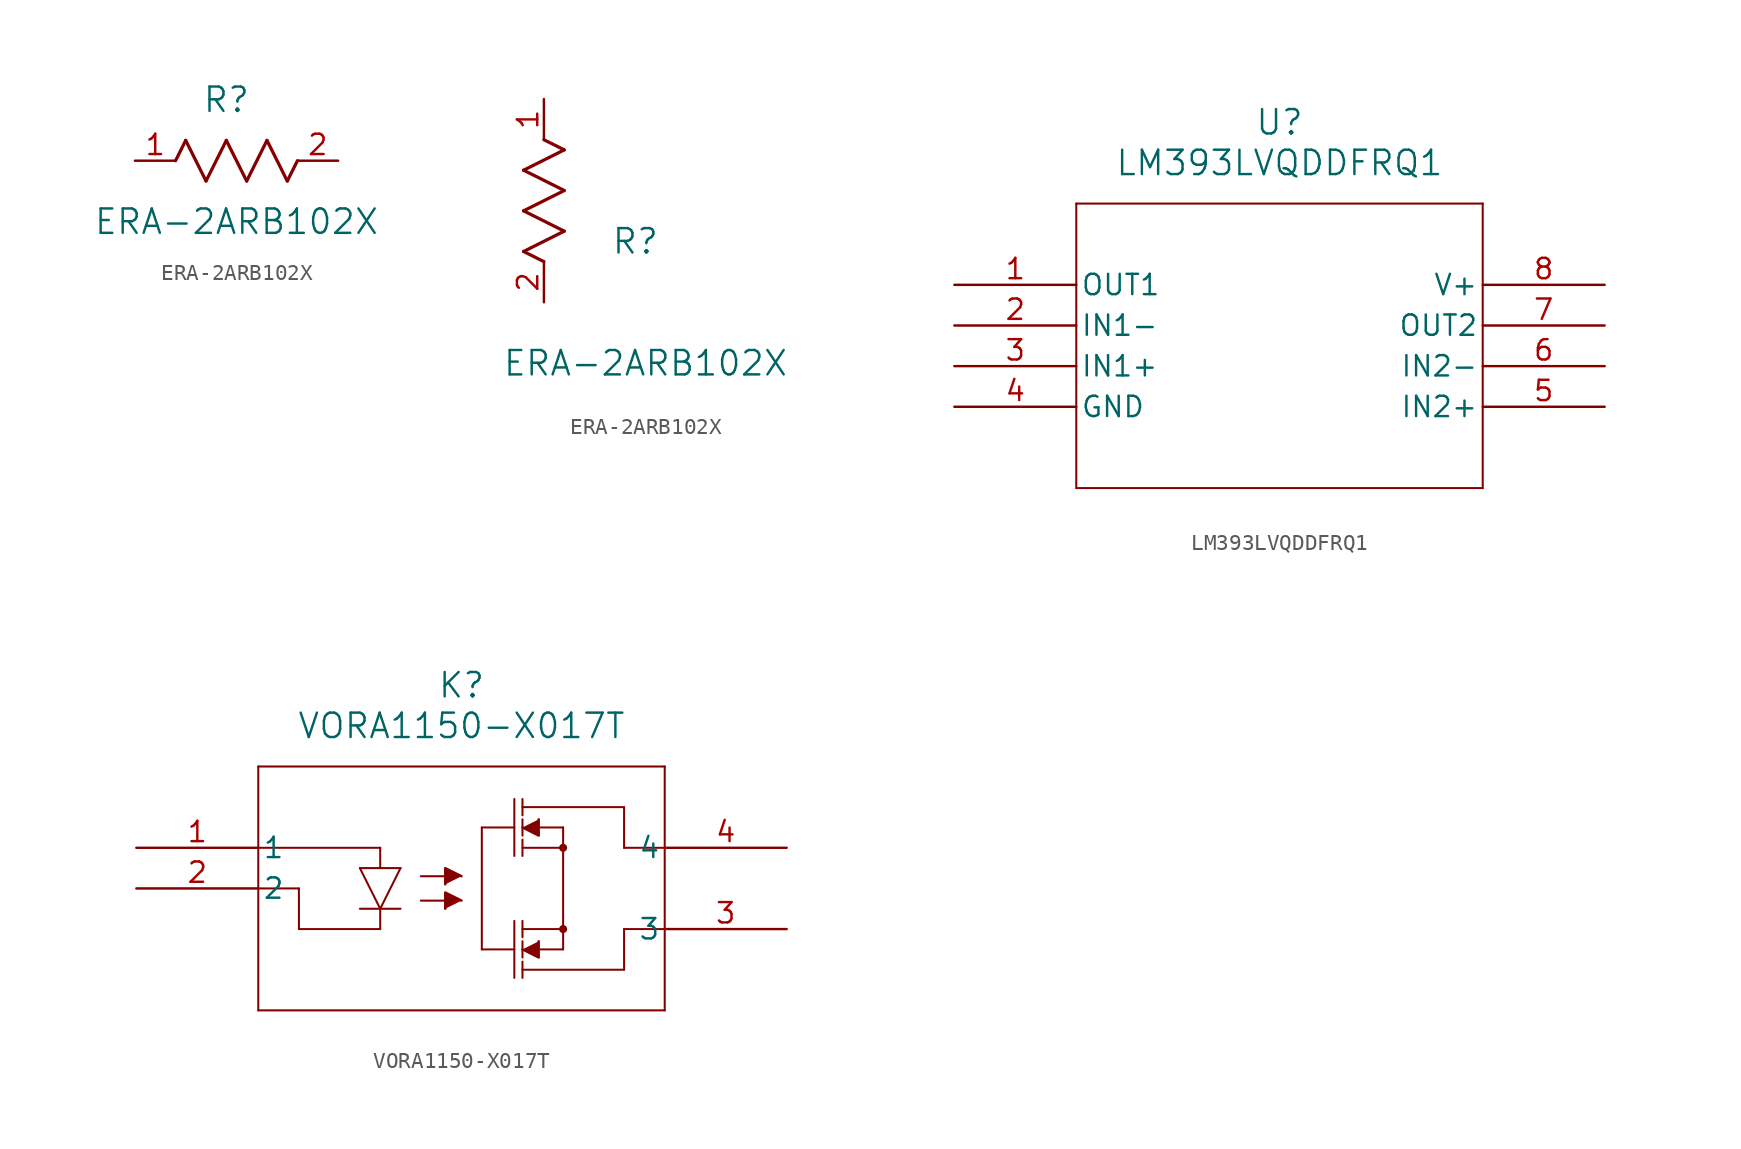
<source format=kicad_sym>
(kicad_symbol_lib
  (version 20241209)
  (generator "kicad_symbol_editor")
  (generator_version "9.0")
  (symbol "ERA-2ARB102X"
    (pin_names
      (offset 0.254))
    (property "Reference" "R"
      (at 5.715 3.81 0)
      (effects (font (size 1.524 1.524))))
    (property "Value" "ERA-2ARB102X"
      (at 6.35 -3.81 0)
      (effects (font (size 1.524 1.524))))
    (property "ki_locked" ""
      (at 0 0 0)
      (effects (font (size 1.27 1.27))))
    (symbol "ERA-2ARB102X_1_1"
      (polyline (pts (xy 2.54 0) (xy 3.175 1.27)) (stroke (width 0.203) (type default)) (fill (type none)))
      (polyline (pts (xy 3.175 1.27) (xy 4.445 -1.27)) (stroke (width 0.203) (type default)) (fill (type none)))
      (polyline (pts (xy 4.445 -1.27) (xy 5.715 1.27)) (stroke (width 0.203) (type default)) (fill (type none)))
      (polyline (pts (xy 5.715 1.27) (xy 6.985 -1.27)) (stroke (width 0.203) (type default)) (fill (type none)))
      (polyline (pts (xy 6.985 -1.27) (xy 8.255 1.27)) (stroke (width 0.203) (type default)) (fill (type none)))
      (polyline (pts (xy 8.255 1.27) (xy 9.525 -1.27)) (stroke (width 0.203) (type default)) (fill (type none)))
      (polyline (pts (xy 9.525 -1.27) (xy 10.16 0)) (stroke (width 0.203) (type default)) (fill (type none)))
      (pin unspecified line (at 0 0 0) (length 2.54) (name "" (effects (font (size 1.27 1.27)))) (number "1" (effects (font (size 1.27 1.27)))))
      (pin unspecified line (at 12.7 0 180) (length 2.54) (name "" (effects (font (size 1.27 1.27)))) (number "2" (effects (font (size 1.27 1.27))))))
    (symbol "ERA-2ARB102X_1_2"
      (polyline (pts (xy -1.27 8.255) (xy 1.27 9.525)) (stroke (width 0.203) (type default)) (fill (type none)))
      (polyline (pts (xy -1.27 5.715) (xy 1.27 6.985)) (stroke (width 0.203) (type default)) (fill (type none)))
      (polyline (pts (xy -1.27 3.175) (xy 1.27 4.445)) (stroke (width 0.203) (type default)) (fill (type none)))
      (polyline (pts (xy 0 2.54) (xy -1.27 3.175)) (stroke (width 0.203) (type default)) (fill (type none)))
      (polyline (pts (xy 1.27 9.525) (xy 0 10.16)) (stroke (width 0.203) (type default)) (fill (type none)))
      (polyline (pts (xy 1.27 6.985) (xy -1.27 8.255)) (stroke (width 0.203) (type default)) (fill (type none)))
      (polyline (pts (xy 1.27 4.445) (xy -1.27 5.715)) (stroke (width 0.203) (type default)) (fill (type none)))
      (pin unspecified line (at 0 12.7 270) (length 2.54) (name "" (effects (font (size 1.27 1.27)))) (number "1" (effects (font (size 1.27 1.27)))))
      (pin unspecified line (at 0 0 90) (length 2.54) (name "" (effects (font (size 1.27 1.27)))) (number "2" (effects (font (size 1.27 1.27)))))))
  (symbol "LM393LVQDDFRQ1"
    (pin_names
      (offset 0.254))
    (property "Reference" "U"
      (at 20.32 10.16 0)
      (effects (font (size 1.524 1.524))))
    (property "Value" "LM393LVQDDFRQ1"
      (at 20.32 7.62 0)
      (effects (font (size 1.524 1.524))))
    (property "ki_locked" ""
      (at 0 0 0)
      (effects (font (size 1.27 1.27))))
    (symbol "LM393LVQDDFRQ1_0_1"
      (polyline (pts (xy 7.62 5.08) (xy 7.62 -12.7)) (stroke (width 0.127) (type default)) (fill (type none)))
      (polyline (pts (xy 7.62 -12.7) (xy 33.02 -12.7)) (stroke (width 0.127) (type default)) (fill (type none)))
      (polyline (pts (xy 33.02 5.08) (xy 7.62 5.08)) (stroke (width 0.127) (type default)) (fill (type none)))
      (polyline (pts (xy 33.02 -12.7) (xy 33.02 5.08)) (stroke (width 0.127) (type default)) (fill (type none)))
      (pin output line (at 0 0 0) (length 7.62) (name "OUT1" (effects (font (size 1.27 1.27)))) (number "1" (effects (font (size 1.27 1.27)))))
      (pin input line (at 0 -2.54 0) (length 7.62) (name "IN1-" (effects (font (size 1.27 1.27)))) (number "2" (effects (font (size 1.27 1.27)))))
      (pin input line (at 0 -5.08 0) (length 7.62) (name "IN1+" (effects (font (size 1.27 1.27)))) (number "3" (effects (font (size 1.27 1.27)))))
      (pin power_out line (at 0 -7.62 0) (length 7.62) (name "GND" (effects (font (size 1.27 1.27)))) (number "4" (effects (font (size 1.27 1.27)))))
      (pin power_in line (at 40.64 0 180) (length 7.62) (name "V+" (effects (font (size 1.27 1.27)))) (number "8" (effects (font (size 1.27 1.27)))))
      (pin output line (at 40.64 -2.54 180) (length 7.62) (name "OUT2" (effects (font (size 1.27 1.27)))) (number "7" (effects (font (size 1.27 1.27)))))
      (pin input line (at 40.64 -5.08 180) (length 7.62) (name "IN2-" (effects (font (size 1.27 1.27)))) (number "6" (effects (font (size 1.27 1.27)))))
      (pin input line (at 40.64 -7.62 180) (length 7.62) (name "IN2+" (effects (font (size 1.27 1.27)))) (number "5" (effects (font (size 1.27 1.27)))))))
  (symbol "VORA1150-X017T"
    (pin_names
      (offset 0.254))
    (property "Reference" "K"
      (at 20.32 10.16 0)
      (effects (font (size 1.524 1.524))))
    (property "Value" "VORA1150-X017T"
      (at 20.32 7.62 0)
      (effects (font (size 1.524 1.524))))
    (property "ki_locked" ""
      (at 0 0 0)
      (effects (font (size 1.27 1.27))))
    (symbol "VORA1150-X017T_0_1"
      (polyline (pts (xy 7.62 5.08) (xy 7.62 -10.16)) (stroke (width 0.127) (type default)) (fill (type none)))
      (polyline (pts (xy 7.62 0) (xy 15.24 0)) (stroke (width 0.127) (type default)) (fill (type none)))
      (polyline (pts (xy 7.62 -2.54) (xy 10.16 -2.54)) (stroke (width 0.127) (type default)) (fill (type none)))
      (polyline (pts (xy 7.62 -10.16) (xy 33.02 -10.16)) (stroke (width 0.127) (type default)) (fill (type none)))
      (polyline (pts (xy 10.16 -2.54) (xy 10.16 -5.08)) (stroke (width 0.127) (type default)) (fill (type none)))
      (polyline (pts (xy 10.16 -5.08) (xy 15.24 -5.08)) (stroke (width 0.127) (type default)) (fill (type none)))
      (polyline (pts (xy 13.97 -1.27) (xy 16.51 -1.27)) (stroke (width 0.127) (type default)) (fill (type none)))
      (polyline (pts (xy 13.97 -3.81) (xy 16.51 -3.81)) (stroke (width 0.127) (type default)) (fill (type none)))
      (polyline (pts (xy 15.24 -1.27) (xy 15.24 0)) (stroke (width 0.127) (type default)) (fill (type none)))
      (polyline (pts (xy 15.24 -3.81) (xy 13.97 -1.27)) (stroke (width 0.127) (type default)) (fill (type none)))
      (polyline (pts (xy 15.24 -3.81) (xy 15.24 -5.08)) (stroke (width 0.127) (type default)) (fill (type none)))
      (polyline (pts (xy 16.51 -1.27) (xy 15.24 -3.81)) (stroke (width 0.127) (type default)) (fill (type none)))
      (polyline (pts (xy 17.78 -1.778) (xy 19.558 -1.778)) (stroke (width 0.127) (type default)) (fill (type none)))
      (polyline (pts (xy 17.78 -3.302) (xy 19.558 -3.302)) (stroke (width 0.127) (type default)) (fill (type none)))
      (polyline (pts (xy 20.32 -1.778) (xy 19.304 -1.27) (xy 19.304 -2.286)) (stroke (width 0) (type default)) (fill (type outline)))
      (polyline (pts (xy 20.32 -3.302) (xy 19.304 -2.794) (xy 19.304 -3.81)) (stroke (width 0) (type default)) (fill (type outline)))
      (polyline (pts (xy 21.59 1.27) (xy 21.59 -6.35)) (stroke (width 0.127) (type default)) (fill (type none)))
      (polyline (pts (xy 21.59 1.27) (xy 23.622 1.27)) (stroke (width 0.127) (type default)) (fill (type none)))
      (polyline (pts (xy 21.59 -6.35) (xy 23.622 -6.35)) (stroke (width 0.127) (type default)) (fill (type none)))
      (polyline (pts (xy 23.622 3.048) (xy 23.622 -0.508)) (stroke (width 0.127) (type default)) (fill (type none)))
      (polyline (pts (xy 23.622 -4.572) (xy 23.622 -8.128)) (stroke (width 0.127) (type default)) (fill (type none)))
      (polyline (pts (xy 24.13 3.048) (xy 24.13 2.032)) (stroke (width 0.127) (type default)) (fill (type none)))
      (polyline (pts (xy 24.13 2.54) (xy 30.48 2.54)) (stroke (width 0.127) (type default)) (fill (type none)))
      (polyline (pts (xy 24.13 1.778) (xy 24.13 0.762)) (stroke (width 0.127) (type default)) (fill (type none)))
      (polyline (pts (xy 24.13 1.27) (xy 25.146 0.762) (xy 25.146 1.778)) (stroke (width 0) (type default)) (fill (type outline)))
      (polyline (pts (xy 24.13 0.508) (xy 24.13 -0.508)) (stroke (width 0.127) (type default)) (fill (type none)))
      (polyline (pts (xy 24.13 0) (xy 26.67 0)) (stroke (width 0.127) (type default)) (fill (type none)))
      (polyline (pts (xy 24.13 -4.572) (xy 24.13 -5.588)) (stroke (width 0.127) (type default)) (fill (type none)))
      (polyline (pts (xy 24.13 -5.08) (xy 26.67 -5.08)) (stroke (width 0.127) (type default)) (fill (type none)))
      (polyline (pts (xy 24.13 -5.842) (xy 24.13 -6.858)) (stroke (width 0.127) (type default)) (fill (type none)))
      (polyline (pts (xy 24.13 -6.35) (xy 25.146 -6.858) (xy 25.146 -5.842)) (stroke (width 0) (type default)) (fill (type outline)))
      (polyline (pts (xy 24.13 -7.112) (xy 24.13 -8.128)) (stroke (width 0.127) (type default)) (fill (type none)))
      (polyline (pts (xy 24.638 1.27) (xy 26.67 1.27)) (stroke (width 0.127) (type default)) (fill (type none)))
      (polyline (pts (xy 26.67 1.27) (xy 26.67 -6.35)) (stroke (width 0.127) (type default)) (fill (type none)))
      (circle (center 26.67 0) (radius 0.127) (stroke (width 0.254) (type default)) (fill (type none)))
      (circle (center 26.67 -5.08) (radius 0.127) (stroke (width 0.254) (type default)) (fill (type none)))
      (polyline (pts (xy 26.67 -6.35) (xy 24.384 -6.35)) (stroke (width 0.127) (type default)) (fill (type none)))
      (polyline (pts (xy 30.48 2.54) (xy 30.48 0)) (stroke (width 0.127) (type default)) (fill (type none)))
      (polyline (pts (xy 30.48 0) (xy 33.02 0)) (stroke (width 0.127) (type default)) (fill (type none)))
      (polyline (pts (xy 30.48 -5.08) (xy 30.48 -7.62)) (stroke (width 0.127) (type default)) (fill (type none)))
      (polyline (pts (xy 30.48 -7.62) (xy 24.13 -7.62)) (stroke (width 0.127) (type default)) (fill (type none)))
      (polyline (pts (xy 33.02 5.08) (xy 7.62 5.08)) (stroke (width 0.127) (type default)) (fill (type none)))
      (polyline (pts (xy 33.02 -5.08) (xy 30.48 -5.08)) (stroke (width 0.127) (type default)) (fill (type none)))
      (polyline (pts (xy 33.02 -10.16) (xy 33.02 5.08)) (stroke (width 0.127) (type default)) (fill (type none)))
      (pin unspecified line (at 0 0 0) (length 7.62) (name "1" (effects (font (size 1.27 1.27)))) (number "1" (effects (font (size 1.27 1.27)))))
      (pin unspecified line (at 0 -2.54 0) (length 7.62) (name "2" (effects (font (size 1.27 1.27)))) (number "2" (effects (font (size 1.27 1.27)))))
      (pin bidirectional line (at 40.64 0 180) (length 7.62) (name "4" (effects (font (size 1.27 1.27)))) (number "4" (effects (font (size 1.27 1.27)))))
      (pin unspecified line (at 40.64 -5.08 180) (length 7.62) (name "3" (effects (font (size 1.27 1.27)))) (number "3" (effects (font (size 1.27 1.27))))))))
</source>
